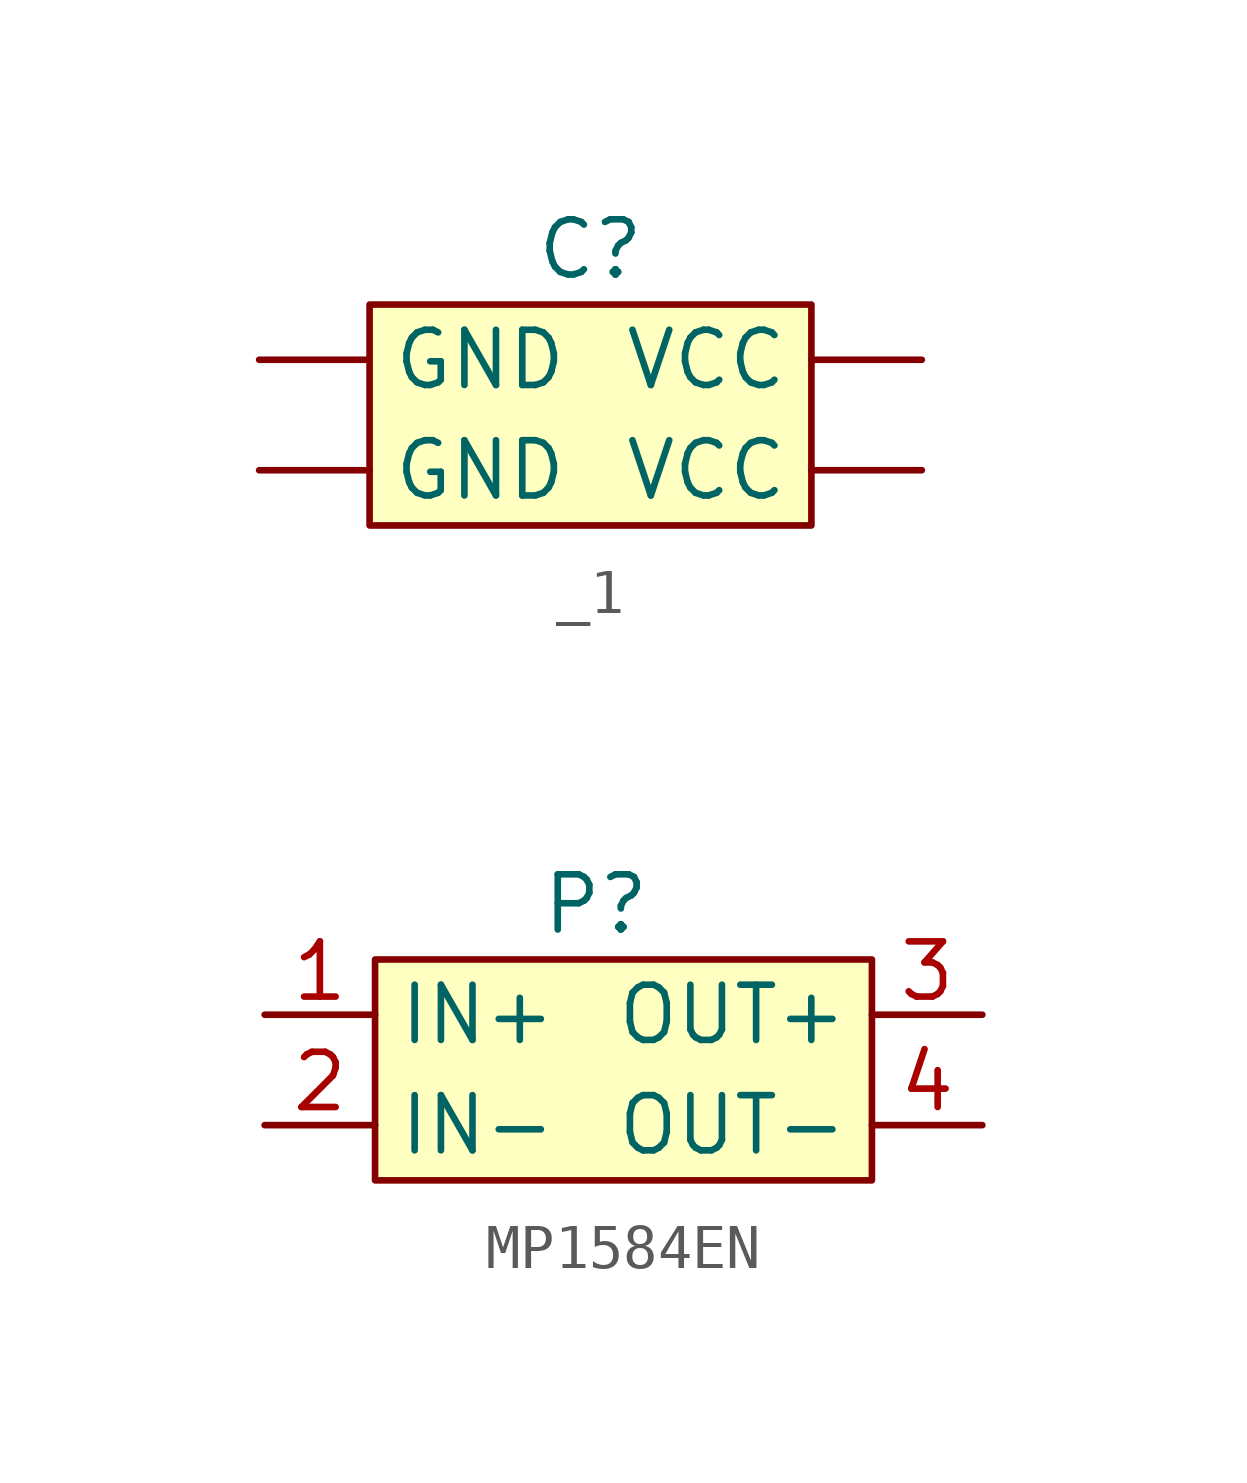
<source format=kicad_sym>
(kicad_symbol_lib
  (version 20241209)
  (generator "kicad_symbol_editor")
  (generator_version "9.0")
  (symbol "_1"
    (property "Reference" "C"
      (at 0 0 0)
      (effects (font (size 1.27 1.27))))
    (property "Value" ""
      (at 0 0 0)
      (effects (font (size 1.27 1.27))))
    (symbol "_1_1_1"
      (rectangle (start -5.08 -1.27) (end 5.08 -6.35) (stroke (width 0) (type solid)) (fill (type background)))
      (pin input line (at -7.62 -2.54 0) (length 2.54) (name "GND" (effects (font (size 1.27 1.27)))) (number "" (effects (font (size 1.27 1.27)))))
      (pin input line (at -7.62 -5.08 0) (length 2.54) (name "GND" (effects (font (size 1.27 1.27)))) (number "" (effects (font (size 1.27 1.27)))))
      (pin input line (at 7.62 -2.54 180) (length 2.54) (name "VCC" (effects (font (size 1.27 1.27)))) (number "" (effects (font (size 1.27 1.27)))))
      (pin input line (at 7.62 -5.08 180) (length 2.54) (name "VCC" (effects (font (size 1.27 1.27)))) (number "" (effects (font (size 1.27 1.27)))))))
  (symbol "MP1584EN"
    (property "Reference" "P"
      (at 0 0 0)
      (effects (font (size 1.27 1.27))))
    (property "Value" ""
      (at 0 0 0)
      (effects (font (size 1.27 1.27))))
    (symbol "MP1584EN_1_1"
      (rectangle (start -5.08 -1.27) (end 6.35 -6.35) (stroke (width 0) (type solid)) (fill (type background)))
      (pin power_in line (at -7.62 -2.54 0) (length 2.54) (name "IN+" (effects (font (size 1.27 1.27)))) (number "1" (effects (font (size 1.27 1.27)))))
      (pin power_in line (at -7.62 -5.08 0) (length 2.54) (name "IN-" (effects (font (size 1.27 1.27)))) (number "2" (effects (font (size 1.27 1.27)))))
      (pin power_out line (at 8.89 -2.54 180) (length 2.54) (name "OUT+" (effects (font (size 1.27 1.27)))) (number "3" (effects (font (size 1.27 1.27)))))
      (pin power_in line (at 8.89 -5.08 180) (length 2.54) (name "OUT-" (effects (font (size 1.27 1.27)))) (number "4" (effects (font (size 1.27 1.27))))))))
</source>
